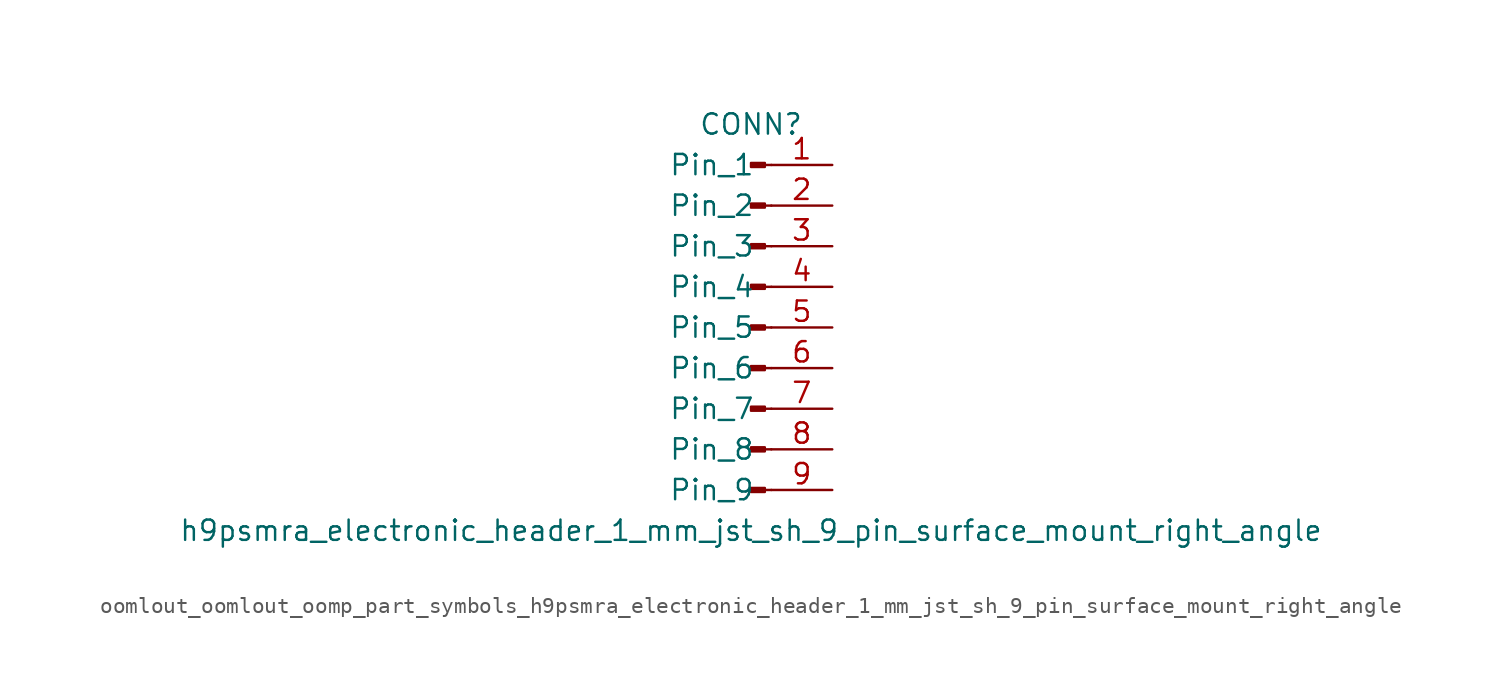
<source format=kicad_sym>
(kicad_symbol_lib
  (version 20220914)
  (generator kicad_symbol_editor)
  (symbol "oomlout_oomlout_oomp_part_symbols_h9psmra_electronic_header_1_mm_jst_sh_9_pin_surface_mount_right_angle"
    (pin_names
      (offset 1.016))
    (property "Reference" "CONN"
      (at 0 12.7 0)
      (effects (font (size 1.27 1.27))))
    (property "Value" "h9psmra_electronic_header_1_mm_jst_sh_9_pin_surface_mount_right_angle"
      (at 0 -12.7 0)
      (effects (font (size 1.27 1.27))))
    (property "ki_locked" ""
      (at 0 0 0)
      (effects (font (size 1.27 1.27))))
    (symbol "oomlout_oomlout_oomp_part_symbols_h9psmra_electronic_header_1_mm_jst_sh_9_pin_surface_mount_right_angle_1_1"
      (polyline (pts (xy 1.27 -10.16) (xy 0.864 -10.16)) (stroke (width 0.152) (type default)) (fill (type none)))
      (polyline (pts (xy 1.27 -7.62) (xy 0.864 -7.62)) (stroke (width 0.152) (type default)) (fill (type none)))
      (polyline (pts (xy 1.27 -5.08) (xy 0.864 -5.08)) (stroke (width 0.152) (type default)) (fill (type none)))
      (polyline (pts (xy 1.27 -2.54) (xy 0.864 -2.54)) (stroke (width 0.152) (type default)) (fill (type none)))
      (polyline (pts (xy 1.27 0) (xy 0.864 0)) (stroke (width 0.152) (type default)) (fill (type none)))
      (polyline (pts (xy 1.27 2.54) (xy 0.864 2.54)) (stroke (width 0.152) (type default)) (fill (type none)))
      (polyline (pts (xy 1.27 5.08) (xy 0.864 5.08)) (stroke (width 0.152) (type default)) (fill (type none)))
      (polyline (pts (xy 1.27 7.62) (xy 0.864 7.62)) (stroke (width 0.152) (type default)) (fill (type none)))
      (polyline (pts (xy 1.27 10.16) (xy 0.864 10.16)) (stroke (width 0.152) (type default)) (fill (type none)))
      (rectangle (start 0.864 -10.033) (end 0 -10.287) (stroke (width 0.152) (type default)) (fill (type outline)))
      (rectangle (start 0.864 -7.493) (end 0 -7.747) (stroke (width 0.152) (type default)) (fill (type outline)))
      (rectangle (start 0.864 -4.953) (end 0 -5.207) (stroke (width 0.152) (type default)) (fill (type outline)))
      (rectangle (start 0.864 -2.413) (end 0 -2.667) (stroke (width 0.152) (type default)) (fill (type outline)))
      (rectangle (start 0.864 0.127) (end 0 -0.127) (stroke (width 0.152) (type default)) (fill (type outline)))
      (rectangle (start 0.864 2.667) (end 0 2.413) (stroke (width 0.152) (type default)) (fill (type outline)))
      (rectangle (start 0.864 5.207) (end 0 4.953) (stroke (width 0.152) (type default)) (fill (type outline)))
      (rectangle (start 0.864 7.747) (end 0 7.493) (stroke (width 0.152) (type default)) (fill (type outline)))
      (rectangle (start 0.864 10.287) (end 0 10.033) (stroke (width 0.152) (type default)) (fill (type outline)))
      (pin passive line (at 5.08 10.16 180) (length 3.81) (name "Pin_1" (effects (font (size 1.27 1.27)))) (number "1" (effects (font (size 1.27 1.27)))))
      (pin passive line (at 5.08 7.62 180) (length 3.81) (name "Pin_2" (effects (font (size 1.27 1.27)))) (number "2" (effects (font (size 1.27 1.27)))))
      (pin passive line (at 5.08 5.08 180) (length 3.81) (name "Pin_3" (effects (font (size 1.27 1.27)))) (number "3" (effects (font (size 1.27 1.27)))))
      (pin passive line (at 5.08 2.54 180) (length 3.81) (name "Pin_4" (effects (font (size 1.27 1.27)))) (number "4" (effects (font (size 1.27 1.27)))))
      (pin passive line (at 5.08 0 180) (length 3.81) (name "Pin_5" (effects (font (size 1.27 1.27)))) (number "5" (effects (font (size 1.27 1.27)))))
      (pin passive line (at 5.08 -2.54 180) (length 3.81) (name "Pin_6" (effects (font (size 1.27 1.27)))) (number "6" (effects (font (size 1.27 1.27)))))
      (pin passive line (at 5.08 -5.08 180) (length 3.81) (name "Pin_7" (effects (font (size 1.27 1.27)))) (number "7" (effects (font (size 1.27 1.27)))))
      (pin passive line (at 5.08 -7.62 180) (length 3.81) (name "Pin_8" (effects (font (size 1.27 1.27)))) (number "8" (effects (font (size 1.27 1.27)))))
      (pin passive line (at 5.08 -10.16 180) (length 3.81) (name "Pin_9" (effects (font (size 1.27 1.27)))) (number "9" (effects (font (size 1.27 1.27))))))))
</source>
